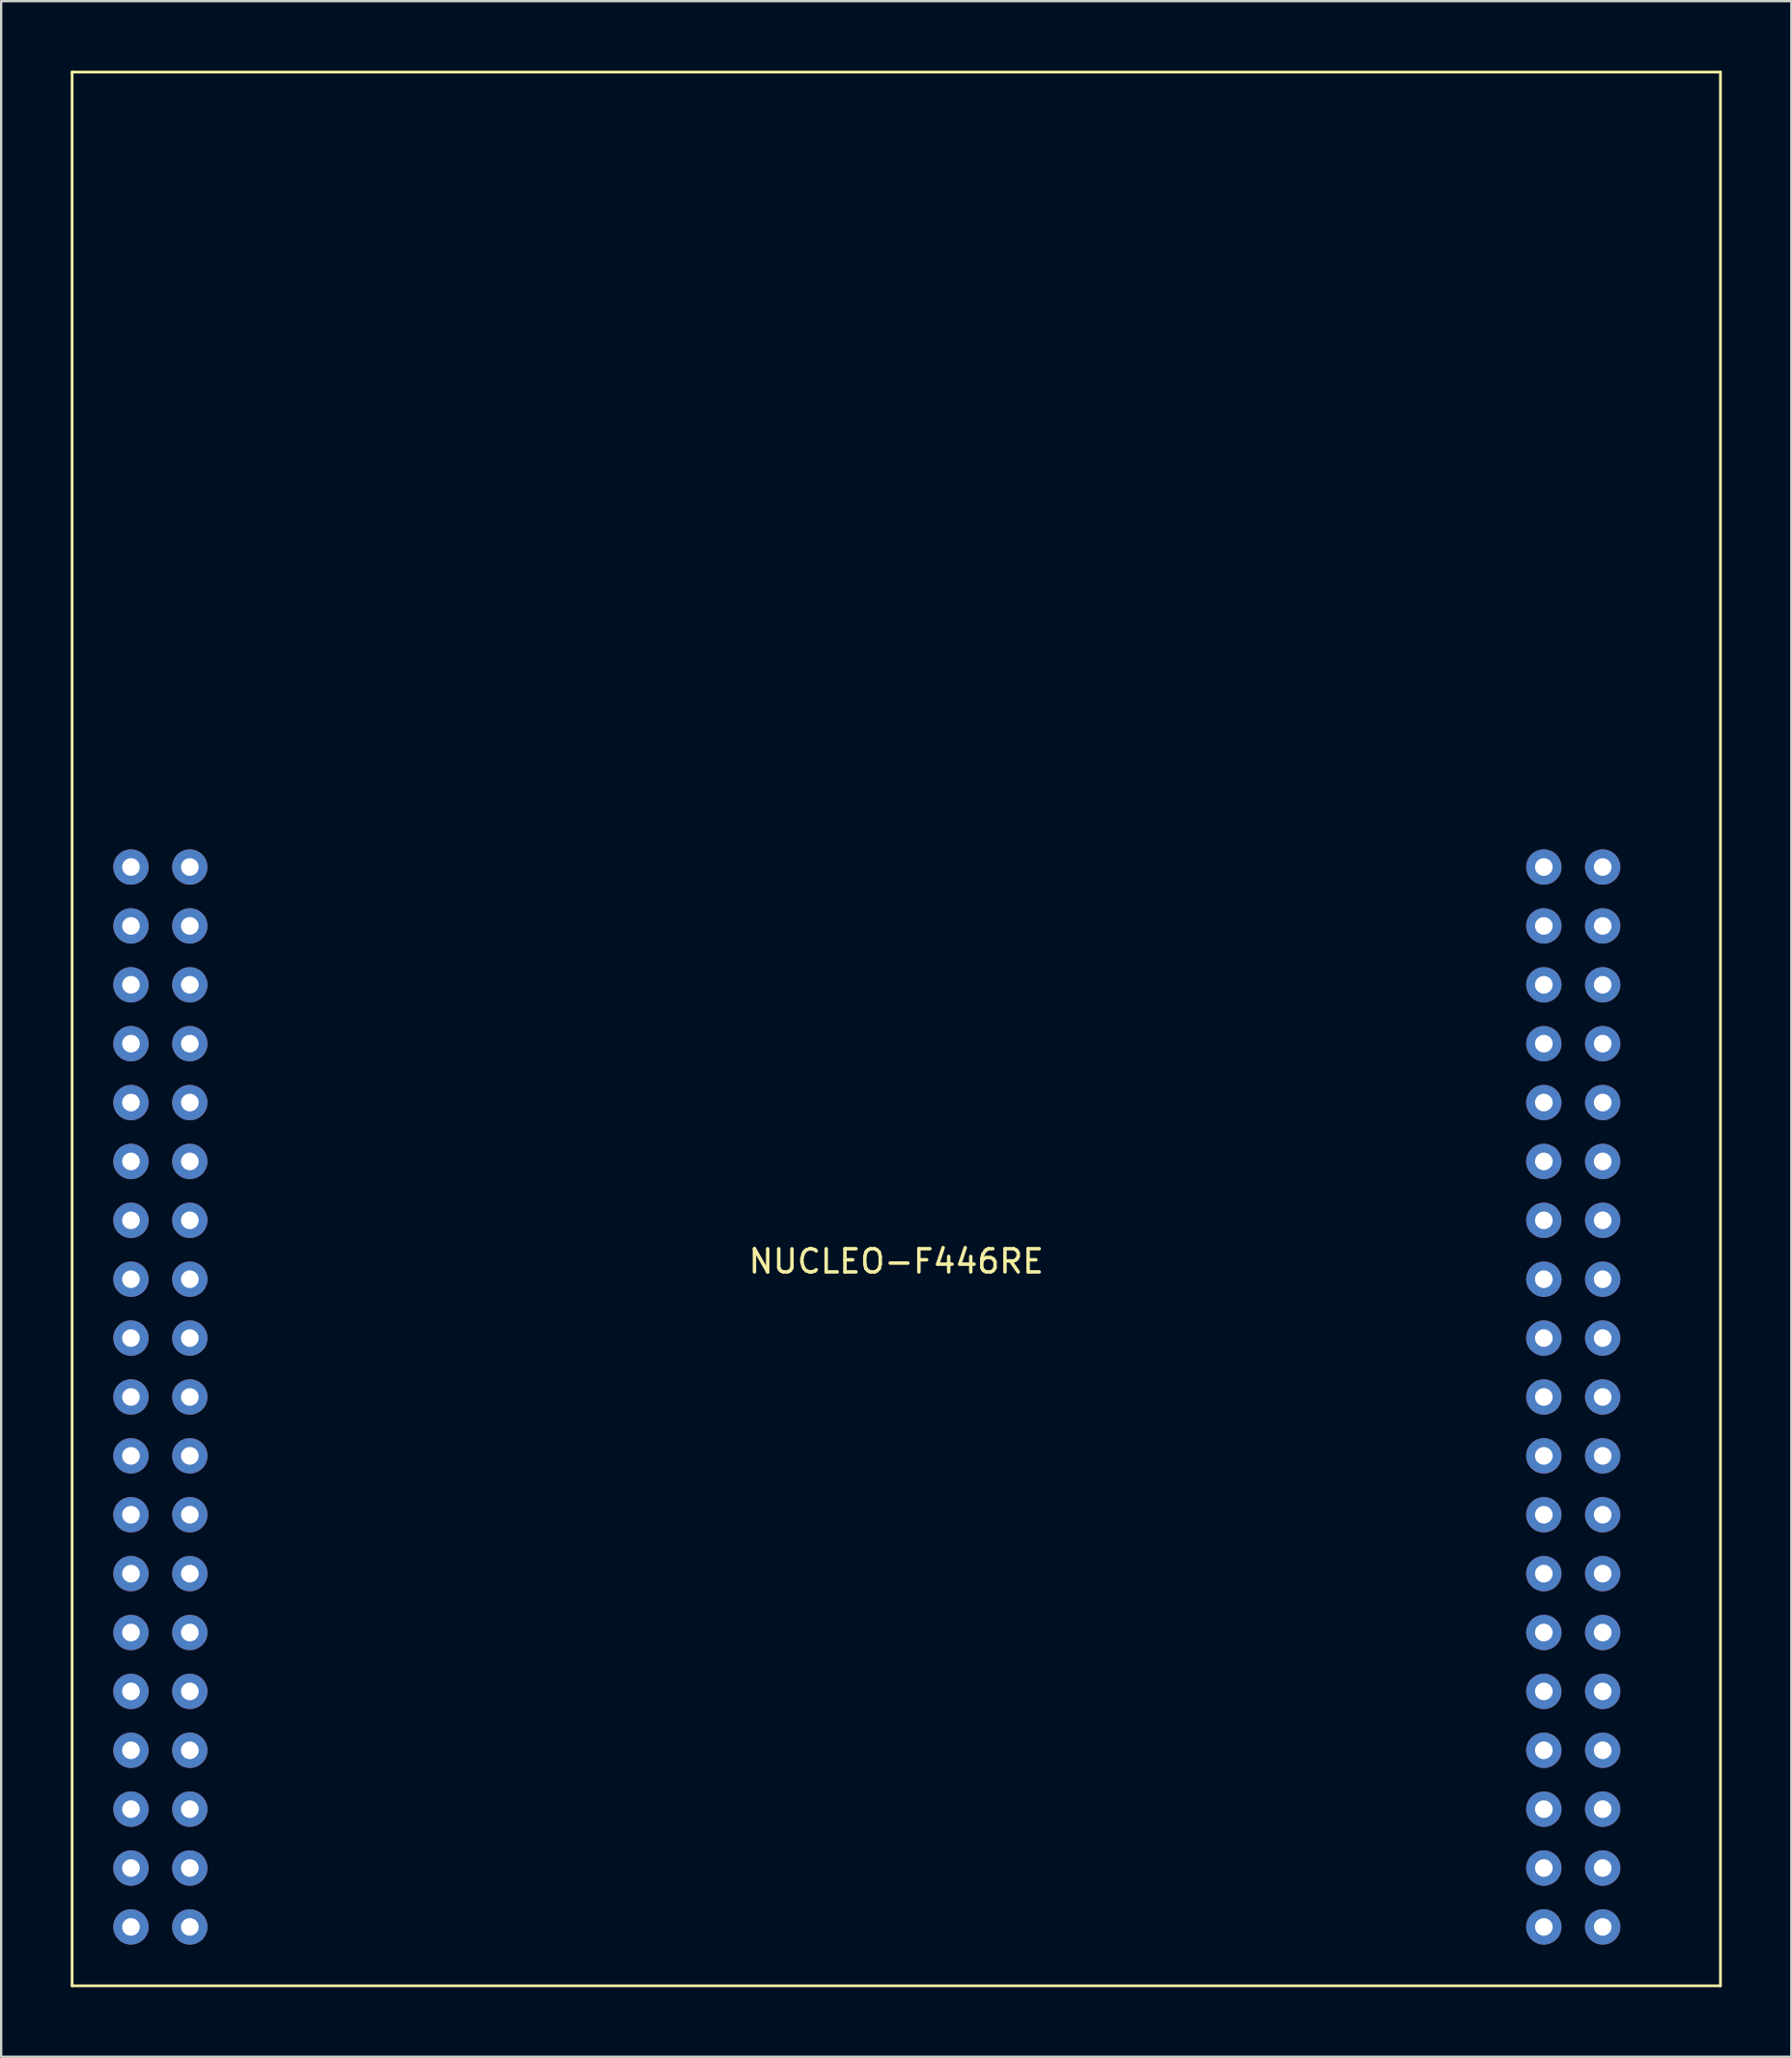
<source format=kicad_pcb>
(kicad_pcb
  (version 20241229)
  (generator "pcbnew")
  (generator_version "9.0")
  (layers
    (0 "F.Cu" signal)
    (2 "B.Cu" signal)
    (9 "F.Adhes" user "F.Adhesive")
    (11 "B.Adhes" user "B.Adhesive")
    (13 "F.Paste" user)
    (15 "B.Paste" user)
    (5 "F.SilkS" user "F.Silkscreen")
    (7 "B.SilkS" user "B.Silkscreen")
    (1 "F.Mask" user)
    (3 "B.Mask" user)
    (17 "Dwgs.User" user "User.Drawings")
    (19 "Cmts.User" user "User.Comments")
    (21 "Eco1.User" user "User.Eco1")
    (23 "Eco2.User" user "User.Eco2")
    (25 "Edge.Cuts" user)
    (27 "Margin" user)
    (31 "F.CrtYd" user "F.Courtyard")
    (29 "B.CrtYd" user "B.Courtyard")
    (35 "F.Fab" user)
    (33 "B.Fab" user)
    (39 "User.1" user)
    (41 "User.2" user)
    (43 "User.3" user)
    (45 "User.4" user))
  (footprint "NUCLEO-F446RE"
    (layer "F.Cu")
    (at 35.62 57.21)
    (property "Reference" "NUCLEO-F446RE" (at 0 -5.85 0) (layer "F.SilkS") (effects (font (size 1 1) (thickness 0.15))))
    (attr through_hole)
    (fp_line (start -35.56 -57.15) (end -35.56 25.4) (stroke (width 0.12) (type solid)) (layer "F.SilkS"))
    (fp_line (start -35.56 25.4) (end 35.56 25.4) (stroke (width 0.12) (type solid)) (layer "F.SilkS"))
    (fp_line (start 35.56 -57.15) (end -35.56 -57.15) (stroke (width 0.12) (type solid)) (layer "F.SilkS"))
    (fp_line (start 35.56 25.4) (end 35.56 -57.15) (stroke (width 0.12) (type solid)) (layer "F.SilkS"))
    (pad "1" thru_hole circle (at -33.02 -22.86) (size 1.524 1.524) (drill 0.762) (layers "*.Cu" "*.Mask"))
    (pad "2" thru_hole circle (at -30.48 -22.86) (size 1.524 1.524) (drill 0.762) (layers "*.Cu" "*.Mask"))
    (pad "3" thru_hole circle (at -33.02 -20.32) (size 1.524 1.524) (drill 0.762) (layers "*.Cu" "*.Mask"))
    (pad "4" thru_hole circle (at -30.48 -20.32) (size 1.524 1.524) (drill 0.762) (layers "*.Cu" "*.Mask"))
    (pad "5" thru_hole circle (at -33.02 -17.78) (size 1.524 1.524) (drill 0.762) (layers "*.Cu" "*.Mask"))
    (pad "6" thru_hole circle (at -30.48 -17.78) (size 1.524 1.524) (drill 0.762) (layers "*.Cu" "*.Mask"))
    (pad "7" thru_hole circle (at -33.02 -15.24) (size 1.524 1.524) (drill 0.762) (layers "*.Cu" "*.Mask"))
    (pad "8" thru_hole circle (at -30.48 -15.24) (size 1.524 1.524) (drill 0.762) (layers "*.Cu" "*.Mask"))
    (pad "9" thru_hole circle (at -33.02 -12.7) (size 1.524 1.524) (drill 0.762) (layers "*.Cu" "*.Mask"))
    (pad "10" thru_hole circle (at -30.48 -12.7) (size 1.524 1.524) (drill 0.762) (layers "*.Cu" "*.Mask"))
    (pad "11" thru_hole circle (at -33.02 -10.16) (size 1.524 1.524) (drill 0.762) (layers "*.Cu" "*.Mask"))
    (pad "12" thru_hole circle (at -30.48 -10.16) (size 1.524 1.524) (drill 0.762) (layers "*.Cu" "*.Mask"))
    (pad "13" thru_hole circle (at -33.02 -7.62) (size 1.524 1.524) (drill 0.762) (layers "*.Cu" "*.Mask"))
    (pad "14" thru_hole circle (at -30.48 -7.62) (size 1.524 1.524) (drill 0.762) (layers "*.Cu" "*.Mask"))
    (pad "15" thru_hole circle (at -33.02 -5.08) (size 1.524 1.524) (drill 0.762) (layers "*.Cu" "*.Mask"))
    (pad "16" thru_hole circle (at -30.48 -5.08) (size 1.524 1.524) (drill 0.762) (layers "*.Cu" "*.Mask"))
    (pad "17" thru_hole circle (at -33.02 -2.54) (size 1.524 1.524) (drill 0.762) (layers "*.Cu" "*.Mask"))
    (pad "18" thru_hole circle (at -30.48 -2.54) (size 1.524 1.524) (drill 0.762) (layers "*.Cu" "*.Mask"))
    (pad "19" thru_hole circle (at -30.48 0) (size 1.524 1.524) (drill 0.762) (layers "*.Cu" "*.Mask"))
    (pad "20" thru_hole circle (at -33.02 0) (size 1.524 1.524) (drill 0.762) (layers "*.Cu" "*.Mask"))
    (pad "21" thru_hole circle (at -33.02 2.54) (size 1.524 1.524) (drill 0.762) (layers "*.Cu" "*.Mask"))
    (pad "22" thru_hole circle (at -30.48 2.54) (size 1.524 1.524) (drill 0.762) (layers "*.Cu" "*.Mask"))
    (pad "23" thru_hole circle (at -33.02 5.08) (size 1.524 1.524) (drill 0.762) (layers "*.Cu" "*.Mask"))
    (pad "24" thru_hole circle (at -30.48 5.08) (size 1.524 1.524) (drill 0.762) (layers "*.Cu" "*.Mask"))
    (pad "25" thru_hole circle (at -33.02 7.62) (size 1.524 1.524) (drill 0.762) (layers "*.Cu" "*.Mask"))
    (pad "26" thru_hole circle (at -30.48 7.62) (size 1.524 1.524) (drill 0.762) (layers "*.Cu" "*.Mask"))
    (pad "27" thru_hole circle (at -33.02 10.16) (size 1.524 1.524) (drill 0.762) (layers "*.Cu" "*.Mask"))
    (pad "28" thru_hole circle (at -30.48 10.16) (size 1.524 1.524) (drill 0.762) (layers "*.Cu" "*.Mask"))
    (pad "29" thru_hole circle (at -33.02 12.7) (size 1.524 1.524) (drill 0.762) (layers "*.Cu" "*.Mask"))
    (pad "30" thru_hole circle (at -30.48 12.7) (size 1.524 1.524) (drill 0.762) (layers "*.Cu" "*.Mask"))
    (pad "31" thru_hole circle (at -33.02 15.24) (size 1.524 1.524) (drill 0.762) (layers "*.Cu" "*.Mask"))
    (pad "32" thru_hole circle (at -30.48 15.24) (size 1.524 1.524) (drill 0.762) (layers "*.Cu" "*.Mask"))
    (pad "33" thru_hole circle (at -33.02 17.78) (size 1.524 1.524) (drill 0.762) (layers "*.Cu" "*.Mask"))
    (pad "34" thru_hole circle (at -30.48 17.78) (size 1.524 1.524) (drill 0.762) (layers "*.Cu" "*.Mask"))
    (pad "35" thru_hole circle (at -33.02 20.32) (size 1.524 1.524) (drill 0.762) (layers "*.Cu" "*.Mask"))
    (pad "36" thru_hole circle (at -30.48 20.32) (size 1.524 1.524) (drill 0.762) (layers "*.Cu" "*.Mask"))
    (pad "37" thru_hole circle (at -33.02 22.86) (size 1.524 1.524) (drill 0.762) (layers "*.Cu" "*.Mask"))
    (pad "38" thru_hole circle (at -30.48 22.86) (size 1.524 1.524) (drill 0.762) (layers "*.Cu" "*.Mask"))
    (pad "39" thru_hole circle (at 27.94 -22.86) (size 1.524 1.524) (drill 0.762) (layers "*.Cu" "*.Mask"))
    (pad "40" thru_hole circle (at 30.48 -22.86) (size 1.524 1.524) (drill 0.762) (layers "*.Cu" "*.Mask"))
    (pad "41" thru_hole circle (at 27.94 -20.32) (size 1.524 1.524) (drill 0.762) (layers "*.Cu" "*.Mask"))
    (pad "42" thru_hole circle (at 30.48 -20.32) (size 1.524 1.524) (drill 0.762) (layers "*.Cu" "*.Mask"))
    (pad "43" thru_hole circle (at 27.94 -17.78) (size 1.524 1.524) (drill 0.762) (layers "*.Cu" "*.Mask"))
    (pad "44" thru_hole circle (at 30.48 -17.78) (size 1.524 1.524) (drill 0.762) (layers "*.Cu" "*.Mask"))
    (pad "45" thru_hole circle (at 27.94 -15.24) (size 1.524 1.524) (drill 0.762) (layers "*.Cu" "*.Mask"))
    (pad "46" thru_hole circle (at 30.48 -15.24) (size 1.524 1.524) (drill 0.762) (layers "*.Cu" "*.Mask"))
    (pad "47" thru_hole circle (at 27.94 -12.7) (size 1.524 1.524) (drill 0.762) (layers "*.Cu" "*.Mask"))
    (pad "48" thru_hole circle (at 30.48 -12.7) (size 1.524 1.524) (drill 0.762) (layers "*.Cu" "*.Mask"))
    (pad "49" thru_hole circle (at 27.94 -10.16) (size 1.524 1.524) (drill 0.762) (layers "*.Cu" "*.Mask"))
    (pad "50" thru_hole circle (at 30.48 -10.16) (size 1.524 1.524) (drill 0.762) (layers "*.Cu" "*.Mask"))
    (pad "51" thru_hole circle (at 27.94 -7.62) (size 1.524 1.524) (drill 0.762) (layers "*.Cu" "*.Mask"))
    (pad "52" thru_hole circle (at 30.48 -7.62) (size 1.524 1.524) (drill 0.762) (layers "*.Cu" "*.Mask"))
    (pad "53" thru_hole circle (at 27.94 -5.08) (size 1.524 1.524) (drill 0.762) (layers "*.Cu" "*.Mask"))
    (pad "54" thru_hole circle (at 30.48 -5.08) (size 1.524 1.524) (drill 0.762) (layers "*.Cu" "*.Mask"))
    (pad "55" thru_hole circle (at 30.48 -2.54) (size 1.524 1.524) (drill 0.762) (layers "*.Cu" "*.Mask"))
    (pad "56" thru_hole circle (at 27.94 -2.54) (size 1.524 1.524) (drill 0.762) (layers "*.Cu" "*.Mask"))
    (pad "57" thru_hole circle (at 27.94 0) (size 1.524 1.524) (drill 0.762) (layers "*.Cu" "*.Mask"))
    (pad "58" thru_hole circle (at 30.48 0) (size 1.524 1.524) (drill 0.762) (layers "*.Cu" "*.Mask"))
    (pad "59" thru_hole circle (at 27.94 2.54) (size 1.524 1.524) (drill 0.762) (layers "*.Cu" "*.Mask"))
    (pad "60" thru_hole circle (at 30.48 2.54) (size 1.524 1.524) (drill 0.762) (layers "*.Cu" "*.Mask"))
    (pad "61" thru_hole circle (at 27.94 5.08) (size 1.524 1.524) (drill 0.762) (layers "*.Cu" "*.Mask"))
    (pad "62" thru_hole circle (at 30.48 5.08) (size 1.524 1.524) (drill 0.762) (layers "*.Cu" "*.Mask"))
    (pad "63" thru_hole circle (at 27.94 7.62) (size 1.524 1.524) (drill 0.762) (layers "*.Cu" "*.Mask"))
    (pad "64" thru_hole circle (at 30.48 7.62) (size 1.524 1.524) (drill 0.762) (layers "*.Cu" "*.Mask"))
    (pad "65" thru_hole circle (at 27.94 10.16) (size 1.524 1.524) (drill 0.762) (layers "*.Cu" "*.Mask"))
    (pad "66" thru_hole circle (at 30.48 10.16) (size 1.524 1.524) (drill 0.762) (layers "*.Cu" "*.Mask"))
    (pad "67" thru_hole circle (at 27.94 12.7) (size 1.524 1.524) (drill 0.762) (layers "*.Cu" "*.Mask"))
    (pad "68" thru_hole circle (at 30.48 12.7) (size 1.524 1.524) (drill 0.762) (layers "*.Cu" "*.Mask"))
    (pad "69" thru_hole circle (at 27.94 15.24) (size 1.524 1.524) (drill 0.762) (layers "*.Cu" "*.Mask"))
    (pad "70" thru_hole circle (at 30.48 15.24) (size 1.524 1.524) (drill 0.762) (layers "*.Cu" "*.Mask"))
    (pad "71" thru_hole circle (at 27.94 17.78) (size 1.524 1.524) (drill 0.762) (layers "*.Cu" "*.Mask"))
    (pad "72" thru_hole circle (at 30.48 17.78) (size 1.524 1.524) (drill 0.762) (layers "*.Cu" "*.Mask"))
    (pad "73" thru_hole circle (at 27.94 20.32) (size 1.524 1.524) (drill 0.762) (layers "*.Cu" "*.Mask"))
    (pad "74" thru_hole circle (at 30.48 20.32) (size 1.524 1.524) (drill 0.762) (layers "*.Cu" "*.Mask"))
    (pad "75" thru_hole circle (at 27.94 22.86) (size 1.524 1.524) (drill 0.762) (layers "*.Cu" "*.Mask"))
    (pad "76" thru_hole circle (at 30.48 22.86) (size 1.524 1.524) (drill 0.762) (layers "*.Cu" "*.Mask")))
  (gr_rect
    (start -3 -3)
    (end 74.24 85.67)
    (stroke (width 0.1) (type default))
    (fill no)
    (layer "Edge.Cuts")))
</source>
